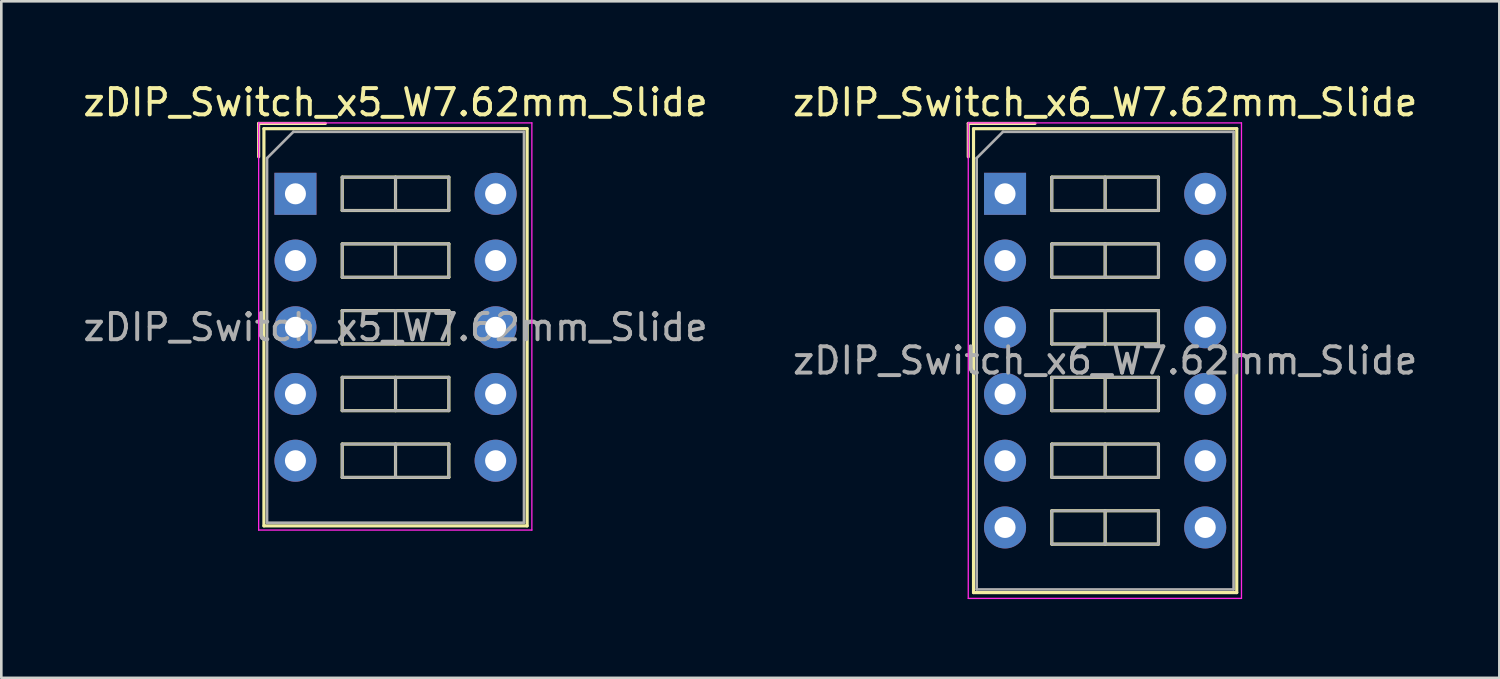
<source format=kicad_pcb>
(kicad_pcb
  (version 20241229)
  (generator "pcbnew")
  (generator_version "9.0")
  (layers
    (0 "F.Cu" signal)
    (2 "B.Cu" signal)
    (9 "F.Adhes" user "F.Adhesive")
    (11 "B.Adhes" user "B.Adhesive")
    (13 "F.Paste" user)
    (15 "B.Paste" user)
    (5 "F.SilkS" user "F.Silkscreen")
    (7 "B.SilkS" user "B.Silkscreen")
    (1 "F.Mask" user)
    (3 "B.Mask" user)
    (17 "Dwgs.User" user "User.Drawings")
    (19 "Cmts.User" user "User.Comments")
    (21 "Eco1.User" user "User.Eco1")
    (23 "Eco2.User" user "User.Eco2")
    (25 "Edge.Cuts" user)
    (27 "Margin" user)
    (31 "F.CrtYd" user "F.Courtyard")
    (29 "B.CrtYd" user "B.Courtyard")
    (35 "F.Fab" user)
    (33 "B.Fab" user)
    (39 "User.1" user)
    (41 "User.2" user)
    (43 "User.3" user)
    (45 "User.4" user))
  (footprint "zDIP_Switch_x6_W7.62mm_Slide"
    (layer "F.Cu")
    (at 35.208 4.328)
    (property "Reference" "zDIP_Switch_x6_W7.62mm_Slide" (at 3.81 -3.48 0) (layer "F.SilkS") (effects (font (size 1 1) (thickness 0.15))))
    (attr through_hole)
    (fp_line (start -1.4 -2.68) (end -1.4 -1.41) (stroke (width 0.12) (type solid)) (layer "F.SilkS"))
    (fp_line (start -1.4 -2.68) (end 1.14 -2.68) (stroke (width 0.12) (type solid)) (layer "F.SilkS"))
    (fp_line (start -1.2 -2.48) (end 8.82 -2.48) (stroke (width 0.12) (type solid)) (layer "F.SilkS"))
    (fp_line (start -1.2 15.18) (end -1.2 -2.48) (stroke (width 0.12) (type solid)) (layer "F.SilkS"))
    (fp_line (start 1.78 -0.635) (end 1.78 0.635) (stroke (width 0.12) (type solid)) (layer "F.SilkS"))
    (fp_line (start 1.78 0.635) (end 5.84 0.635) (stroke (width 0.12) (type solid)) (layer "F.SilkS"))
    (fp_line (start 1.78 1.905) (end 1.78 3.175) (stroke (width 0.12) (type solid)) (layer "F.SilkS"))
    (fp_line (start 1.78 3.175) (end 5.84 3.175) (stroke (width 0.12) (type solid)) (layer "F.SilkS"))
    (fp_line (start 1.78 4.445) (end 1.78 5.715) (stroke (width 0.12) (type solid)) (layer "F.SilkS"))
    (fp_line (start 1.78 5.715) (end 5.84 5.715) (stroke (width 0.12) (type solid)) (layer "F.SilkS"))
    (fp_line (start 1.78 6.985) (end 1.78 8.255) (stroke (width 0.12) (type solid)) (layer "F.SilkS"))
    (fp_line (start 1.78 8.255) (end 5.84 8.255) (stroke (width 0.12) (type solid)) (layer "F.SilkS"))
    (fp_line (start 1.78 9.525) (end 1.78 10.795) (stroke (width 0.12) (type solid)) (layer "F.SilkS"))
    (fp_line (start 1.78 10.795) (end 5.84 10.795) (stroke (width 0.12) (type solid)) (layer "F.SilkS"))
    (fp_line (start 1.78 12.065) (end 1.78 13.335) (stroke (width 0.12) (type solid)) (layer "F.SilkS"))
    (fp_line (start 1.78 13.335) (end 5.84 13.335) (stroke (width 0.12) (type solid)) (layer "F.SilkS"))
    (fp_line (start 3.81 -0.635) (end 3.81 0.635) (stroke (width 0.12) (type solid)) (layer "F.SilkS"))
    (fp_line (start 3.81 1.905) (end 3.81 3.175) (stroke (width 0.12) (type solid)) (layer "F.SilkS"))
    (fp_line (start 3.81 4.445) (end 3.81 5.715) (stroke (width 0.12) (type solid)) (layer "F.SilkS"))
    (fp_line (start 3.81 6.985) (end 3.81 8.255) (stroke (width 0.12) (type solid)) (layer "F.SilkS"))
    (fp_line (start 3.81 9.525) (end 3.81 10.795) (stroke (width 0.12) (type solid)) (layer "F.SilkS"))
    (fp_line (start 3.81 12.065) (end 3.81 13.335) (stroke (width 0.12) (type solid)) (layer "F.SilkS"))
    (fp_line (start 5.84 -0.635) (end 1.78 -0.635) (stroke (width 0.12) (type solid)) (layer "F.SilkS"))
    (fp_line (start 5.84 0.635) (end 5.84 -0.635) (stroke (width 0.12) (type solid)) (layer "F.SilkS"))
    (fp_line (start 5.84 1.905) (end 1.78 1.905) (stroke (width 0.12) (type solid)) (layer "F.SilkS"))
    (fp_line (start 5.84 3.175) (end 5.84 1.905) (stroke (width 0.12) (type solid)) (layer "F.SilkS"))
    (fp_line (start 5.84 4.445) (end 1.78 4.445) (stroke (width 0.12) (type solid)) (layer "F.SilkS"))
    (fp_line (start 5.84 5.715) (end 5.84 4.445) (stroke (width 0.12) (type solid)) (layer "F.SilkS"))
    (fp_line (start 5.84 6.985) (end 1.78 6.985) (stroke (width 0.12) (type solid)) (layer "F.SilkS"))
    (fp_line (start 5.84 8.255) (end 5.84 6.985) (stroke (width 0.12) (type solid)) (layer "F.SilkS"))
    (fp_line (start 5.84 9.525) (end 1.78 9.525) (stroke (width 0.12) (type solid)) (layer "F.SilkS"))
    (fp_line (start 5.84 10.795) (end 5.84 9.525) (stroke (width 0.12) (type solid)) (layer "F.SilkS"))
    (fp_line (start 5.84 12.065) (end 1.78 12.065) (stroke (width 0.12) (type solid)) (layer "F.SilkS"))
    (fp_line (start 5.84 13.335) (end 5.84 12.065) (stroke (width 0.12) (type solid)) (layer "F.SilkS"))
    (fp_line (start 8.82 -2.48) (end 8.82 15.18) (stroke (width 0.12) (type solid)) (layer "F.SilkS"))
    (fp_line (start 8.82 15.18) (end -1.2 15.18) (stroke (width 0.12) (type solid)) (layer "F.SilkS"))
    (fp_line (start -1.4 -2.7) (end -1.4 15.4) (stroke (width 0.05) (type solid)) (layer "F.CrtYd"))
    (fp_line (start -1.4 15.4) (end 9 15.4) (stroke (width 0.05) (type solid)) (layer "F.CrtYd"))
    (fp_line (start 9 -2.7) (end -1.4 -2.7) (stroke (width 0.05) (type solid)) (layer "F.CrtYd"))
    (fp_line (start 9 15.4) (end 9 -2.7) (stroke (width 0.05) (type solid)) (layer "F.CrtYd"))
    (fp_line (start -1.08 -1.36) (end -0.08 -2.36) (stroke (width 0.1) (type solid)) (layer "F.Fab"))
    (fp_line (start -1.08 15.06) (end -1.08 -1.36) (stroke (width 0.1) (type solid)) (layer "F.Fab"))
    (fp_line (start -0.08 -2.36) (end 8.7 -2.36) (stroke (width 0.1) (type solid)) (layer "F.Fab"))
    (fp_line (start 1.78 -0.635) (end 1.78 0.635) (stroke (width 0.1) (type solid)) (layer "F.Fab"))
    (fp_line (start 1.78 0.635) (end 5.84 0.635) (stroke (width 0.1) (type solid)) (layer "F.Fab"))
    (fp_line (start 1.78 1.905) (end 1.78 3.175) (stroke (width 0.1) (type solid)) (layer "F.Fab"))
    (fp_line (start 1.78 3.175) (end 5.84 3.175) (stroke (width 0.1) (type solid)) (layer "F.Fab"))
    (fp_line (start 1.78 4.445) (end 1.78 5.715) (stroke (width 0.1) (type solid)) (layer "F.Fab"))
    (fp_line (start 1.78 5.715) (end 5.84 5.715) (stroke (width 0.1) (type solid)) (layer "F.Fab"))
    (fp_line (start 1.78 6.985) (end 1.78 8.255) (stroke (width 0.1) (type solid)) (layer "F.Fab"))
    (fp_line (start 1.78 8.255) (end 5.84 8.255) (stroke (width 0.1) (type solid)) (layer "F.Fab"))
    (fp_line (start 1.78 9.525) (end 1.78 10.795) (stroke (width 0.1) (type solid)) (layer "F.Fab"))
    (fp_line (start 1.78 10.795) (end 5.84 10.795) (stroke (width 0.1) (type solid)) (layer "F.Fab"))
    (fp_line (start 1.78 12.065) (end 1.78 13.335) (stroke (width 0.1) (type solid)) (layer "F.Fab"))
    (fp_line (start 1.78 13.335) (end 5.84 13.335) (stroke (width 0.1) (type solid)) (layer "F.Fab"))
    (fp_line (start 3.81 -0.635) (end 3.81 0.635) (stroke (width 0.1) (type solid)) (layer "F.Fab"))
    (fp_line (start 3.81 1.905) (end 3.81 3.175) (stroke (width 0.1) (type solid)) (layer "F.Fab"))
    (fp_line (start 3.81 4.445) (end 3.81 5.715) (stroke (width 0.1) (type solid)) (layer "F.Fab"))
    (fp_line (start 3.81 6.985) (end 3.81 8.255) (stroke (width 0.1) (type solid)) (layer "F.Fab"))
    (fp_line (start 3.81 9.525) (end 3.81 10.795) (stroke (width 0.1) (type solid)) (layer "F.Fab"))
    (fp_line (start 3.81 12.065) (end 3.81 13.335) (stroke (width 0.1) (type solid)) (layer "F.Fab"))
    (fp_line (start 5.84 -0.635) (end 1.78 -0.635) (stroke (width 0.1) (type solid)) (layer "F.Fab"))
    (fp_line (start 5.84 0.635) (end 5.84 -0.635) (stroke (width 0.1) (type solid)) (layer "F.Fab"))
    (fp_line (start 5.84 1.905) (end 1.78 1.905) (stroke (width 0.1) (type solid)) (layer "F.Fab"))
    (fp_line (start 5.84 3.175) (end 5.84 1.905) (stroke (width 0.1) (type solid)) (layer "F.Fab"))
    (fp_line (start 5.84 4.445) (end 1.78 4.445) (stroke (width 0.1) (type solid)) (layer "F.Fab"))
    (fp_line (start 5.84 5.715) (end 5.84 4.445) (stroke (width 0.1) (type solid)) (layer "F.Fab"))
    (fp_line (start 5.84 6.985) (end 1.78 6.985) (stroke (width 0.1) (type solid)) (layer "F.Fab"))
    (fp_line (start 5.84 8.255) (end 5.84 6.985) (stroke (width 0.1) (type solid)) (layer "F.Fab"))
    (fp_line (start 5.84 9.525) (end 1.78 9.525) (stroke (width 0.1) (type solid)) (layer "F.Fab"))
    (fp_line (start 5.84 10.795) (end 5.84 9.525) (stroke (width 0.1) (type solid)) (layer "F.Fab"))
    (fp_line (start 5.84 12.065) (end 1.78 12.065) (stroke (width 0.1) (type solid)) (layer "F.Fab"))
    (fp_line (start 5.84 13.335) (end 5.84 12.065) (stroke (width 0.1) (type solid)) (layer "F.Fab"))
    (fp_line (start 8.7 -2.36) (end 8.7 15.06) (stroke (width 0.1) (type solid)) (layer "F.Fab"))
    (fp_line (start 8.7 15.06) (end -1.08 15.06) (stroke (width 0.1) (type solid)) (layer "F.Fab"))
    (fp_text user "${REFERENCE}" (at 3.81 6.35 0) (layer "F.Fab") (effects (font (size 1 1) (thickness 0.15))))
    (pad "1" thru_hole rect (at 0 0) (size 1.6 1.6) (drill 0.8) (layers "*.Cu" "*.Mask"))
    (pad "2" thru_hole oval (at 0 2.54) (size 1.6 1.6) (drill 0.8) (layers "*.Cu" "*.Mask"))
    (pad "3" thru_hole oval (at 0 5.08) (size 1.6 1.6) (drill 0.8) (layers "*.Cu" "*.Mask"))
    (pad "4" thru_hole oval (at 0 7.62) (size 1.6 1.6) (drill 0.8) (layers "*.Cu" "*.Mask"))
    (pad "5" thru_hole oval (at 0 10.16) (size 1.6 1.6) (drill 0.8) (layers "*.Cu" "*.Mask"))
    (pad "6" thru_hole oval (at 0 12.7) (size 1.6 1.6) (drill 0.8) (layers "*.Cu" "*.Mask"))
    (pad "7" thru_hole oval (at 7.62 12.7) (size 1.6 1.6) (drill 0.8) (layers "*.Cu" "*.Mask"))
    (pad "8" thru_hole oval (at 7.62 10.16) (size 1.6 1.6) (drill 0.8) (layers "*.Cu" "*.Mask"))
    (pad "9" thru_hole oval (at 7.62 7.62) (size 1.6 1.6) (drill 0.8) (layers "*.Cu" "*.Mask"))
    (pad "10" thru_hole oval (at 7.62 5.08) (size 1.6 1.6) (drill 0.8) (layers "*.Cu" "*.Mask"))
    (pad "11" thru_hole oval (at 7.62 2.54) (size 1.6 1.6) (drill 0.8) (layers "*.Cu" "*.Mask"))
    (pad "12" thru_hole oval (at 7.62 0) (size 1.6 1.6) (drill 0.8) (layers "*.Cu" "*.Mask")))
  (footprint "zDIP_Switch_x5_W7.62mm_Slide"
    (layer "F.Cu")
    (at 8.196 4.328)
    (property "Reference" "zDIP_Switch_x5_W7.62mm_Slide" (at 3.81 -3.48 0) (layer "F.SilkS") (effects (font (size 1 1) (thickness 0.15))))
    (attr through_hole)
    (fp_line (start -1.4 -2.68) (end -1.4 -1.41) (stroke (width 0.12) (type solid)) (layer "F.SilkS"))
    (fp_line (start -1.4 -2.68) (end 1.14 -2.68) (stroke (width 0.12) (type solid)) (layer "F.SilkS"))
    (fp_line (start -1.2 -2.48) (end 8.82 -2.48) (stroke (width 0.12) (type solid)) (layer "F.SilkS"))
    (fp_line (start -1.2 12.64) (end -1.2 -2.48) (stroke (width 0.12) (type solid)) (layer "F.SilkS"))
    (fp_line (start 1.78 -0.635) (end 1.78 0.635) (stroke (width 0.12) (type solid)) (layer "F.SilkS"))
    (fp_line (start 1.78 0.635) (end 5.84 0.635) (stroke (width 0.12) (type solid)) (layer "F.SilkS"))
    (fp_line (start 1.78 1.905) (end 1.78 3.175) (stroke (width 0.12) (type solid)) (layer "F.SilkS"))
    (fp_line (start 1.78 3.175) (end 5.84 3.175) (stroke (width 0.12) (type solid)) (layer "F.SilkS"))
    (fp_line (start 1.78 4.445) (end 1.78 5.715) (stroke (width 0.12) (type solid)) (layer "F.SilkS"))
    (fp_line (start 1.78 5.715) (end 5.84 5.715) (stroke (width 0.12) (type solid)) (layer "F.SilkS"))
    (fp_line (start 1.78 6.985) (end 1.78 8.255) (stroke (width 0.12) (type solid)) (layer "F.SilkS"))
    (fp_line (start 1.78 8.255) (end 5.84 8.255) (stroke (width 0.12) (type solid)) (layer "F.SilkS"))
    (fp_line (start 1.78 9.525) (end 1.78 10.795) (stroke (width 0.12) (type solid)) (layer "F.SilkS"))
    (fp_line (start 1.78 10.795) (end 5.84 10.795) (stroke (width 0.12) (type solid)) (layer "F.SilkS"))
    (fp_line (start 3.81 -0.635) (end 3.81 0.635) (stroke (width 0.12) (type solid)) (layer "F.SilkS"))
    (fp_line (start 3.81 1.905) (end 3.81 3.175) (stroke (width 0.12) (type solid)) (layer "F.SilkS"))
    (fp_line (start 3.81 4.445) (end 3.81 5.715) (stroke (width 0.12) (type solid)) (layer "F.SilkS"))
    (fp_line (start 3.81 6.985) (end 3.81 8.255) (stroke (width 0.12) (type solid)) (layer "F.SilkS"))
    (fp_line (start 3.81 9.525) (end 3.81 10.795) (stroke (width 0.12) (type solid)) (layer "F.SilkS"))
    (fp_line (start 5.84 -0.635) (end 1.78 -0.635) (stroke (width 0.12) (type solid)) (layer "F.SilkS"))
    (fp_line (start 5.84 0.635) (end 5.84 -0.635) (stroke (width 0.12) (type solid)) (layer "F.SilkS"))
    (fp_line (start 5.84 1.905) (end 1.78 1.905) (stroke (width 0.12) (type solid)) (layer "F.SilkS"))
    (fp_line (start 5.84 3.175) (end 5.84 1.905) (stroke (width 0.12) (type solid)) (layer "F.SilkS"))
    (fp_line (start 5.84 4.445) (end 1.78 4.445) (stroke (width 0.12) (type solid)) (layer "F.SilkS"))
    (fp_line (start 5.84 5.715) (end 5.84 4.445) (stroke (width 0.12) (type solid)) (layer "F.SilkS"))
    (fp_line (start 5.84 6.985) (end 1.78 6.985) (stroke (width 0.12) (type solid)) (layer "F.SilkS"))
    (fp_line (start 5.84 8.255) (end 5.84 6.985) (stroke (width 0.12) (type solid)) (layer "F.SilkS"))
    (fp_line (start 5.84 9.525) (end 1.78 9.525) (stroke (width 0.12) (type solid)) (layer "F.SilkS"))
    (fp_line (start 5.84 10.795) (end 5.84 9.525) (stroke (width 0.12) (type solid)) (layer "F.SilkS"))
    (fp_line (start 8.82 -2.48) (end 8.82 12.64) (stroke (width 0.12) (type solid)) (layer "F.SilkS"))
    (fp_line (start 8.82 12.64) (end -1.2 12.64) (stroke (width 0.12) (type solid)) (layer "F.SilkS"))
    (fp_line (start -1.4 -2.7) (end -1.4 12.8) (stroke (width 0.05) (type solid)) (layer "F.CrtYd"))
    (fp_line (start -1.4 12.8) (end 9 12.8) (stroke (width 0.05) (type solid)) (layer "F.CrtYd"))
    (fp_line (start 9 -2.7) (end -1.4 -2.7) (stroke (width 0.05) (type solid)) (layer "F.CrtYd"))
    (fp_line (start 9 12.8) (end 9 -2.7) (stroke (width 0.05) (type solid)) (layer "F.CrtYd"))
    (fp_line (start -1.08 -1.36) (end -0.08 -2.36) (stroke (width 0.1) (type solid)) (layer "F.Fab"))
    (fp_line (start -1.08 12.52) (end -1.08 -1.36) (stroke (width 0.1) (type solid)) (layer "F.Fab"))
    (fp_line (start -0.08 -2.36) (end 8.7 -2.36) (stroke (width 0.1) (type solid)) (layer "F.Fab"))
    (fp_line (start 1.78 -0.635) (end 1.78 0.635) (stroke (width 0.1) (type solid)) (layer "F.Fab"))
    (fp_line (start 1.78 0.635) (end 5.84 0.635) (stroke (width 0.1) (type solid)) (layer "F.Fab"))
    (fp_line (start 1.78 1.905) (end 1.78 3.175) (stroke (width 0.1) (type solid)) (layer "F.Fab"))
    (fp_line (start 1.78 3.175) (end 5.84 3.175) (stroke (width 0.1) (type solid)) (layer "F.Fab"))
    (fp_line (start 1.78 4.445) (end 1.78 5.715) (stroke (width 0.1) (type solid)) (layer "F.Fab"))
    (fp_line (start 1.78 5.715) (end 5.84 5.715) (stroke (width 0.1) (type solid)) (layer "F.Fab"))
    (fp_line (start 1.78 6.985) (end 1.78 8.255) (stroke (width 0.1) (type solid)) (layer "F.Fab"))
    (fp_line (start 1.78 8.255) (end 5.84 8.255) (stroke (width 0.1) (type solid)) (layer "F.Fab"))
    (fp_line (start 1.78 9.525) (end 1.78 10.795) (stroke (width 0.1) (type solid)) (layer "F.Fab"))
    (fp_line (start 1.78 10.795) (end 5.84 10.795) (stroke (width 0.1) (type solid)) (layer "F.Fab"))
    (fp_line (start 3.81 -0.635) (end 3.81 0.635) (stroke (width 0.1) (type solid)) (layer "F.Fab"))
    (fp_line (start 3.81 1.905) (end 3.81 3.175) (stroke (width 0.1) (type solid)) (layer "F.Fab"))
    (fp_line (start 3.81 4.445) (end 3.81 5.715) (stroke (width 0.1) (type solid)) (layer "F.Fab"))
    (fp_line (start 3.81 6.985) (end 3.81 8.255) (stroke (width 0.1) (type solid)) (layer "F.Fab"))
    (fp_line (start 3.81 9.525) (end 3.81 10.795) (stroke (width 0.1) (type solid)) (layer "F.Fab"))
    (fp_line (start 5.84 -0.635) (end 1.78 -0.635) (stroke (width 0.1) (type solid)) (layer "F.Fab"))
    (fp_line (start 5.84 0.635) (end 5.84 -0.635) (stroke (width 0.1) (type solid)) (layer "F.Fab"))
    (fp_line (start 5.84 1.905) (end 1.78 1.905) (stroke (width 0.1) (type solid)) (layer "F.Fab"))
    (fp_line (start 5.84 3.175) (end 5.84 1.905) (stroke (width 0.1) (type solid)) (layer "F.Fab"))
    (fp_line (start 5.84 4.445) (end 1.78 4.445) (stroke (width 0.1) (type solid)) (layer "F.Fab"))
    (fp_line (start 5.84 5.715) (end 5.84 4.445) (stroke (width 0.1) (type solid)) (layer "F.Fab"))
    (fp_line (start 5.84 6.985) (end 1.78 6.985) (stroke (width 0.1) (type solid)) (layer "F.Fab"))
    (fp_line (start 5.84 8.255) (end 5.84 6.985) (stroke (width 0.1) (type solid)) (layer "F.Fab"))
    (fp_line (start 5.84 9.525) (end 1.78 9.525) (stroke (width 0.1) (type solid)) (layer "F.Fab"))
    (fp_line (start 5.84 10.795) (end 5.84 9.525) (stroke (width 0.1) (type solid)) (layer "F.Fab"))
    (fp_line (start 8.7 -2.36) (end 8.7 12.52) (stroke (width 0.1) (type solid)) (layer "F.Fab"))
    (fp_line (start 8.7 12.52) (end -1.08 12.52) (stroke (width 0.1) (type solid)) (layer "F.Fab"))
    (fp_text user "${REFERENCE}" (at 3.81 5.08 0) (layer "F.Fab") (effects (font (size 1 1) (thickness 0.15))))
    (pad "1" thru_hole rect (at 0 0) (size 1.6 1.6) (drill 0.8) (layers "*.Cu" "*.Mask"))
    (pad "2" thru_hole oval (at 0 2.54) (size 1.6 1.6) (drill 0.8) (layers "*.Cu" "*.Mask"))
    (pad "3" thru_hole oval (at 0 5.08) (size 1.6 1.6) (drill 0.8) (layers "*.Cu" "*.Mask"))
    (pad "4" thru_hole oval (at 0 7.62) (size 1.6 1.6) (drill 0.8) (layers "*.Cu" "*.Mask"))
    (pad "5" thru_hole oval (at 0 10.16) (size 1.6 1.6) (drill 0.8) (layers "*.Cu" "*.Mask"))
    (pad "6" thru_hole oval (at 7.62 10.16) (size 1.6 1.6) (drill 0.8) (layers "*.Cu" "*.Mask"))
    (pad "7" thru_hole oval (at 7.62 7.62) (size 1.6 1.6) (drill 0.8) (layers "*.Cu" "*.Mask"))
    (pad "8" thru_hole oval (at 7.62 5.08) (size 1.6 1.6) (drill 0.8) (layers "*.Cu" "*.Mask"))
    (pad "9" thru_hole oval (at 7.62 2.54) (size 1.6 1.6) (drill 0.8) (layers "*.Cu" "*.Mask"))
    (pad "10" thru_hole oval (at 7.62 0) (size 1.6 1.6) (drill 0.8) (layers "*.Cu" "*.Mask")))
  (gr_rect
    (start -3 -3)
    (end 54.024 22.753)
    (stroke (width 0.1) (type default))
    (fill no)
    (layer "Edge.Cuts")))
</source>
